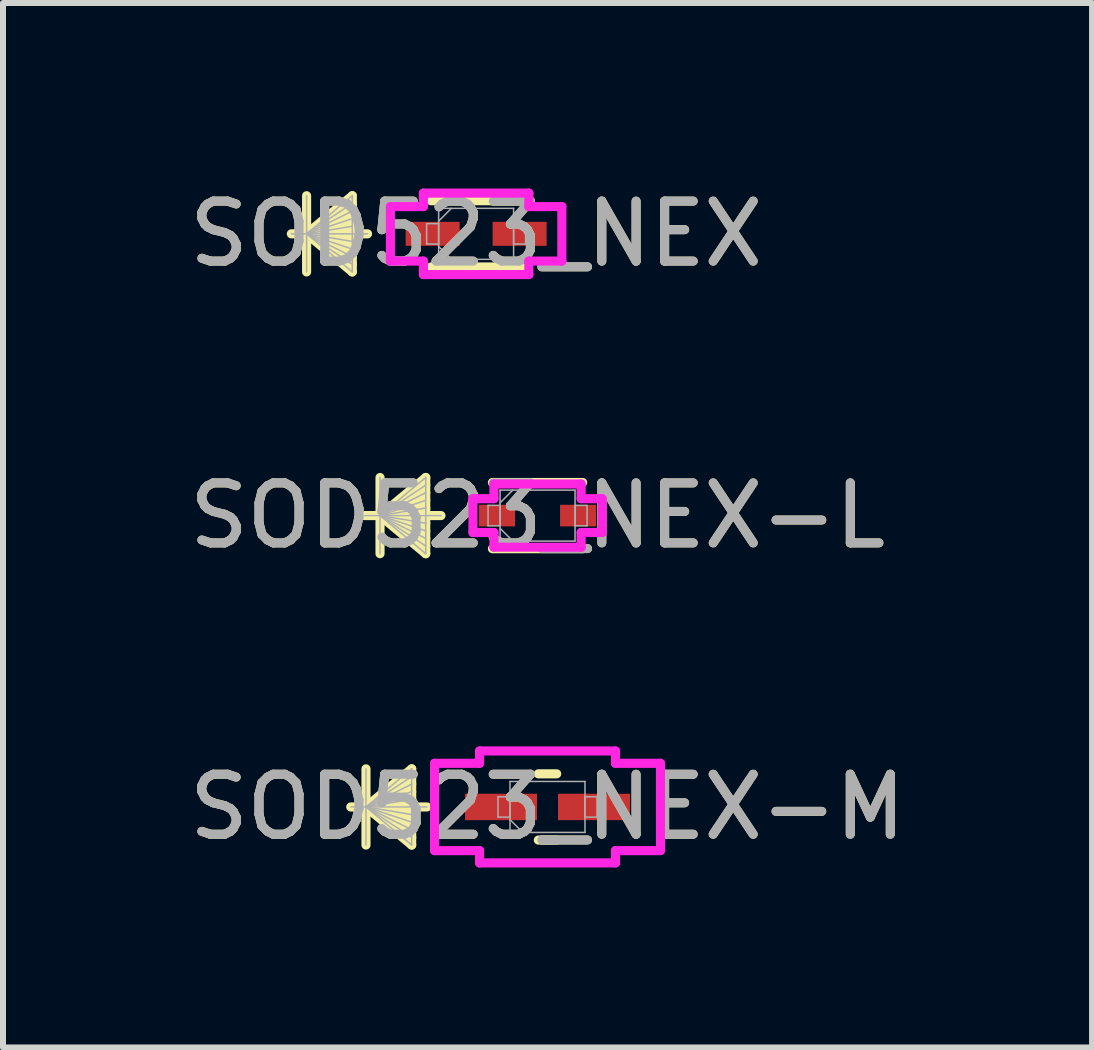
<source format=kicad_pcb>
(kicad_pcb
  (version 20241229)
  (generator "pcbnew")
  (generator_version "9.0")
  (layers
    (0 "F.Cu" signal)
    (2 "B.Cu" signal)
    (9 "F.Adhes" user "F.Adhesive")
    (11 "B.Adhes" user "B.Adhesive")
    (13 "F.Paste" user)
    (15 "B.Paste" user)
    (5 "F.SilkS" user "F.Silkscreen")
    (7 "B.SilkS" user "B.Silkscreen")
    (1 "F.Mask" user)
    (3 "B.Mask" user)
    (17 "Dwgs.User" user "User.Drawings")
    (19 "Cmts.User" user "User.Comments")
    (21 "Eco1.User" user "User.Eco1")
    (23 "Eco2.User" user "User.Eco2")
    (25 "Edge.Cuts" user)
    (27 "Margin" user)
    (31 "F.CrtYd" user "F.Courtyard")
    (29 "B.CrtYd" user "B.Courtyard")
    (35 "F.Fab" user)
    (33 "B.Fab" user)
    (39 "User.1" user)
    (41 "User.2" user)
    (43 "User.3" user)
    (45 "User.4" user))
  (footprint "SOD523_NEX-L"
    (layer "F.Cu")
    (at 5.911 5.545)
    (property "Reference" "SOD523_NEX-L" (at 0 0 0) (unlocked yes) (layer "F.SilkS") (effects (font (size 1 1) (thickness 0.15))))
    (attr smd)
    (fp_line (start -2.626 -0.635) (end -2.626 0.635) (stroke (width 0.152) (type solid)) (layer "F.SilkS"))
    (fp_line (start -2.626 0) (end -1.864 -0.635) (stroke (width 0.152) (type solid)) (layer "F.SilkS"))
    (fp_line (start -2.626 0) (end -1.864 -0.508) (stroke (width 0.152) (type solid)) (layer "F.SilkS"))
    (fp_line (start -2.626 0) (end -1.864 -0.381) (stroke (width 0.152) (type solid)) (layer "F.SilkS"))
    (fp_line (start -2.626 0) (end -1.864 -0.254) (stroke (width 0.152) (type solid)) (layer "F.SilkS"))
    (fp_line (start -2.626 0) (end -1.864 -0.127) (stroke (width 0.152) (type solid)) (layer "F.SilkS"))
    (fp_line (start -2.626 0) (end -1.864 0.127) (stroke (width 0.152) (type solid)) (layer "F.SilkS"))
    (fp_line (start -2.626 0) (end -1.864 0.254) (stroke (width 0.152) (type solid)) (layer "F.SilkS"))
    (fp_line (start -2.626 0) (end -1.864 0.381) (stroke (width 0.152) (type solid)) (layer "F.SilkS"))
    (fp_line (start -2.626 0) (end -1.864 0.508) (stroke (width 0.152) (type solid)) (layer "F.SilkS"))
    (fp_line (start -2.626 0) (end -1.864 0.635) (stroke (width 0.152) (type solid)) (layer "F.SilkS"))
    (fp_line (start -1.864 -0.635) (end -1.864 0.635) (stroke (width 0.152) (type solid)) (layer "F.SilkS"))
    (fp_line (start -1.61 0) (end -2.88 0) (stroke (width 0.152) (type solid)) (layer "F.SilkS"))
    (fp_line (start -0.752 0.552) (end 0.752 0.552) (stroke (width 0.152) (type solid)) (layer "F.SilkS"))
    (fp_line (start 0.752 -0.552) (end -0.752 -0.552) (stroke (width 0.152) (type solid)) (layer "F.SilkS"))
    (fp_line (start -1.077 -0.282) (end -0.727 -0.282) (stroke (width 0.152) (type solid)) (layer "F.CrtYd"))
    (fp_line (start -1.077 0.282) (end -1.077 -0.282) (stroke (width 0.152) (type solid)) (layer "F.CrtYd"))
    (fp_line (start -0.727 -0.527) (end 0.727 -0.527) (stroke (width 0.152) (type solid)) (layer "F.CrtYd"))
    (fp_line (start -0.727 -0.282) (end -0.727 -0.527) (stroke (width 0.152) (type solid)) (layer "F.CrtYd"))
    (fp_line (start -0.727 0.282) (end -1.077 0.282) (stroke (width 0.152) (type solid)) (layer "F.CrtYd"))
    (fp_line (start -0.727 0.527) (end -0.727 0.282) (stroke (width 0.152) (type solid)) (layer "F.CrtYd"))
    (fp_line (start 0.727 -0.527) (end 0.727 -0.282) (stroke (width 0.152) (type solid)) (layer "F.CrtYd"))
    (fp_line (start 0.727 -0.282) (end 1.077 -0.282) (stroke (width 0.152) (type solid)) (layer "F.CrtYd"))
    (fp_line (start 0.727 0.282) (end 0.727 0.527) (stroke (width 0.152) (type solid)) (layer "F.CrtYd"))
    (fp_line (start 0.727 0.527) (end -0.727 0.527) (stroke (width 0.152) (type solid)) (layer "F.CrtYd"))
    (fp_line (start 1.077 -0.282) (end 1.077 0.282) (stroke (width 0.152) (type solid)) (layer "F.CrtYd"))
    (fp_line (start 1.077 0.282) (end 0.727 0.282) (stroke (width 0.152) (type solid)) (layer "F.CrtYd"))
    (fp_line (start -2.626 -0.635) (end -2.626 0.635) (stroke (width 0.025) (type solid)) (layer "F.Fab"))
    (fp_line (start -2.626 0) (end -1.864 -0.635) (stroke (width 0.025) (type solid)) (layer "F.Fab"))
    (fp_line (start -2.626 0) (end -1.864 -0.508) (stroke (width 0.025) (type solid)) (layer "F.Fab"))
    (fp_line (start -2.626 0) (end -1.864 -0.381) (stroke (width 0.025) (type solid)) (layer "F.Fab"))
    (fp_line (start -2.626 0) (end -1.864 -0.254) (stroke (width 0.025) (type solid)) (layer "F.Fab"))
    (fp_line (start -2.626 0) (end -1.864 -0.127) (stroke (width 0.025) (type solid)) (layer "F.Fab"))
    (fp_line (start -2.626 0) (end -1.864 0.127) (stroke (width 0.025) (type solid)) (layer "F.Fab"))
    (fp_line (start -2.626 0) (end -1.864 0.254) (stroke (width 0.025) (type solid)) (layer "F.Fab"))
    (fp_line (start -2.626 0) (end -1.864 0.381) (stroke (width 0.025) (type solid)) (layer "F.Fab"))
    (fp_line (start -2.626 0) (end -1.864 0.508) (stroke (width 0.025) (type solid)) (layer "F.Fab"))
    (fp_line (start -2.626 0) (end -1.864 0.635) (stroke (width 0.025) (type solid)) (layer "F.Fab"))
    (fp_line (start -1.864 -0.635) (end -1.864 0.635) (stroke (width 0.025) (type solid)) (layer "F.Fab"))
    (fp_line (start -1.61 0) (end -2.88 0) (stroke (width 0.025) (type solid)) (layer "F.Fab"))
    (fp_line (start -0.825 -0.17) (end -0.825 0.17) (stroke (width 0.025) (type solid)) (layer "F.Fab"))
    (fp_line (start -0.825 0.17) (end -0.625 0.17) (stroke (width 0.025) (type solid)) (layer "F.Fab"))
    (fp_line (start -0.625 -0.425) (end -0.625 0.425) (stroke (width 0.025) (type solid)) (layer "F.Fab"))
    (fp_line (start -0.625 -0.212) (end -0.412 -0.425) (stroke (width 0.025) (type solid)) (layer "F.Fab"))
    (fp_line (start -0.625 -0.17) (end -0.825 -0.17) (stroke (width 0.025) (type solid)) (layer "F.Fab"))
    (fp_line (start -0.625 0.17) (end -0.625 -0.17) (stroke (width 0.025) (type solid)) (layer "F.Fab"))
    (fp_line (start -0.625 0.212) (end -0.412 0.425) (stroke (width 0.025) (type solid)) (layer "F.Fab"))
    (fp_line (start -0.625 0.425) (end 0.625 0.425) (stroke (width 0.025) (type solid)) (layer "F.Fab"))
    (fp_line (start 0.625 -0.425) (end -0.625 -0.425) (stroke (width 0.025) (type solid)) (layer "F.Fab"))
    (fp_line (start 0.625 -0.17) (end 0.625 0.17) (stroke (width 0.025) (type solid)) (layer "F.Fab"))
    (fp_line (start 0.625 0.17) (end 0.825 0.17) (stroke (width 0.025) (type solid)) (layer "F.Fab"))
    (fp_line (start 0.625 0.425) (end 0.625 -0.425) (stroke (width 0.025) (type solid)) (layer "F.Fab"))
    (fp_line (start 0.825 -0.17) (end 0.625 -0.17) (stroke (width 0.025) (type solid)) (layer "F.Fab"))
    (fp_line (start 0.825 0.17) (end 0.825 -0.17) (stroke (width 0.025) (type solid)) (layer "F.Fab"))
    (fp_text user "${REFERENCE}" (at 0 0 0) (unlocked yes) (layer "F.Fab") (effects (font (size 1 1) (thickness 0.15))))
    (pad "1" smd rect (at -0.675 0) (size 0.6 0.36) (layers "F.Cu" "F.Mask" "F.Paste"))
    (pad "2" smd rect (at 0.675 0) (size 0.6 0.36) (layers "F.Cu" "F.Mask" "F.Paste")))
  (footprint "SOD523_NEX-M"
    (layer "F.Cu")
    (at 6.077 10.402)
    (property "Reference" "SOD523_NEX-M" (at 0 0 0) (unlocked yes) (layer "F.SilkS") (effects (font (size 1 1) (thickness 0.15))))
    (attr smd)
    (fp_line (start -3.026 -0.635) (end -3.026 0.635) (stroke (width 0.152) (type solid)) (layer "F.SilkS"))
    (fp_line (start -3.026 0) (end -2.264 -0.635) (stroke (width 0.152) (type solid)) (layer "F.SilkS"))
    (fp_line (start -3.026 0) (end -2.264 -0.508) (stroke (width 0.152) (type solid)) (layer "F.SilkS"))
    (fp_line (start -3.026 0) (end -2.264 -0.381) (stroke (width 0.152) (type solid)) (layer "F.SilkS"))
    (fp_line (start -3.026 0) (end -2.264 -0.254) (stroke (width 0.152) (type solid)) (layer "F.SilkS"))
    (fp_line (start -3.026 0) (end -2.264 -0.127) (stroke (width 0.152) (type solid)) (layer "F.SilkS"))
    (fp_line (start -3.026 0) (end -2.264 0.127) (stroke (width 0.152) (type solid)) (layer "F.SilkS"))
    (fp_line (start -3.026 0) (end -2.264 0.254) (stroke (width 0.152) (type solid)) (layer "F.SilkS"))
    (fp_line (start -3.026 0) (end -2.264 0.381) (stroke (width 0.152) (type solid)) (layer "F.SilkS"))
    (fp_line (start -3.026 0) (end -2.264 0.508) (stroke (width 0.152) (type solid)) (layer "F.SilkS"))
    (fp_line (start -3.026 0) (end -2.264 0.635) (stroke (width 0.152) (type solid)) (layer "F.SilkS"))
    (fp_line (start -2.264 -0.635) (end -2.264 0.635) (stroke (width 0.152) (type solid)) (layer "F.SilkS"))
    (fp_line (start -2.01 0) (end -3.28 0) (stroke (width 0.152) (type solid)) (layer "F.SilkS"))
    (fp_line (start -0.153 0.552) (end 0.153 0.552) (stroke (width 0.152) (type solid)) (layer "F.SilkS"))
    (fp_line (start 0.153 -0.552) (end -0.153 -0.552) (stroke (width 0.152) (type solid)) (layer "F.SilkS"))
    (fp_line (start -1.883 -0.728) (end -1.133 -0.728) (stroke (width 0.152) (type solid)) (layer "F.CrtYd"))
    (fp_line (start -1.883 0.728) (end -1.883 -0.728) (stroke (width 0.152) (type solid)) (layer "F.CrtYd"))
    (fp_line (start -1.133 -0.933) (end 1.133 -0.933) (stroke (width 0.152) (type solid)) (layer "F.CrtYd"))
    (fp_line (start -1.133 -0.728) (end -1.133 -0.933) (stroke (width 0.152) (type solid)) (layer "F.CrtYd"))
    (fp_line (start -1.133 0.728) (end -1.883 0.728) (stroke (width 0.152) (type solid)) (layer "F.CrtYd"))
    (fp_line (start -1.133 0.933) (end -1.133 0.728) (stroke (width 0.152) (type solid)) (layer "F.CrtYd"))
    (fp_line (start 1.133 -0.933) (end 1.133 -0.728) (stroke (width 0.152) (type solid)) (layer "F.CrtYd"))
    (fp_line (start 1.133 -0.728) (end 1.883 -0.728) (stroke (width 0.152) (type solid)) (layer "F.CrtYd"))
    (fp_line (start 1.133 0.728) (end 1.133 0.933) (stroke (width 0.152) (type solid)) (layer "F.CrtYd"))
    (fp_line (start 1.133 0.933) (end -1.133 0.933) (stroke (width 0.152) (type solid)) (layer "F.CrtYd"))
    (fp_line (start 1.883 -0.728) (end 1.883 0.728) (stroke (width 0.152) (type solid)) (layer "F.CrtYd"))
    (fp_line (start 1.883 0.728) (end 1.133 0.728) (stroke (width 0.152) (type solid)) (layer "F.CrtYd"))
    (fp_line (start -3.026 -0.635) (end -3.026 0.635) (stroke (width 0.025) (type solid)) (layer "F.Fab"))
    (fp_line (start -3.026 0) (end -2.264 -0.635) (stroke (width 0.025) (type solid)) (layer "F.Fab"))
    (fp_line (start -3.026 0) (end -2.264 -0.508) (stroke (width 0.025) (type solid)) (layer "F.Fab"))
    (fp_line (start -3.026 0) (end -2.264 -0.381) (stroke (width 0.025) (type solid)) (layer "F.Fab"))
    (fp_line (start -3.026 0) (end -2.264 -0.254) (stroke (width 0.025) (type solid)) (layer "F.Fab"))
    (fp_line (start -3.026 0) (end -2.264 -0.127) (stroke (width 0.025) (type solid)) (layer "F.Fab"))
    (fp_line (start -3.026 0) (end -2.264 0.127) (stroke (width 0.025) (type solid)) (layer "F.Fab"))
    (fp_line (start -3.026 0) (end -2.264 0.254) (stroke (width 0.025) (type solid)) (layer "F.Fab"))
    (fp_line (start -3.026 0) (end -2.264 0.381) (stroke (width 0.025) (type solid)) (layer "F.Fab"))
    (fp_line (start -3.026 0) (end -2.264 0.508) (stroke (width 0.025) (type solid)) (layer "F.Fab"))
    (fp_line (start -3.026 0) (end -2.264 0.635) (stroke (width 0.025) (type solid)) (layer "F.Fab"))
    (fp_line (start -2.264 -0.635) (end -2.264 0.635) (stroke (width 0.025) (type solid)) (layer "F.Fab"))
    (fp_line (start -2.01 0) (end -3.28 0) (stroke (width 0.025) (type solid)) (layer "F.Fab"))
    (fp_line (start -0.825 -0.17) (end -0.825 0.17) (stroke (width 0.025) (type solid)) (layer "F.Fab"))
    (fp_line (start -0.825 0.17) (end -0.625 0.17) (stroke (width 0.025) (type solid)) (layer "F.Fab"))
    (fp_line (start -0.625 -0.425) (end -0.625 0.425) (stroke (width 0.025) (type solid)) (layer "F.Fab"))
    (fp_line (start -0.625 -0.212) (end -0.412 -0.425) (stroke (width 0.025) (type solid)) (layer "F.Fab"))
    (fp_line (start -0.625 -0.17) (end -0.825 -0.17) (stroke (width 0.025) (type solid)) (layer "F.Fab"))
    (fp_line (start -0.625 0.17) (end -0.625 -0.17) (stroke (width 0.025) (type solid)) (layer "F.Fab"))
    (fp_line (start -0.625 0.212) (end -0.412 0.425) (stroke (width 0.025) (type solid)) (layer "F.Fab"))
    (fp_line (start -0.625 0.425) (end 0.625 0.425) (stroke (width 0.025) (type solid)) (layer "F.Fab"))
    (fp_line (start 0.625 -0.425) (end -0.625 -0.425) (stroke (width 0.025) (type solid)) (layer "F.Fab"))
    (fp_line (start 0.625 -0.17) (end 0.625 0.17) (stroke (width 0.025) (type solid)) (layer "F.Fab"))
    (fp_line (start 0.625 0.17) (end 0.825 0.17) (stroke (width 0.025) (type solid)) (layer "F.Fab"))
    (fp_line (start 0.625 0.425) (end 0.625 -0.425) (stroke (width 0.025) (type solid)) (layer "F.Fab"))
    (fp_line (start 0.825 -0.17) (end 0.625 -0.17) (stroke (width 0.025) (type solid)) (layer "F.Fab"))
    (fp_line (start 0.825 0.17) (end 0.825 -0.17) (stroke (width 0.025) (type solid)) (layer "F.Fab"))
    (fp_text user "${REFERENCE}" (at 0 0 0) (unlocked yes) (layer "F.Fab") (effects (font (size 1 1) (thickness 0.15))))
    (pad "1" smd rect (at -0.775 0) (size 1.2 0.44) (layers "F.Cu" "F.Mask" "F.Paste"))
    (pad "2" smd rect (at 0.775 0) (size 1.2 0.44) (layers "F.Cu" "F.Mask" "F.Paste")))
  (footprint "SOD523_NEX"
    (layer "F.Cu")
    (at 4.887 0.848)
    (property "Reference" "SOD523_NEX" (at 0 0 0) (unlocked yes) (layer "F.SilkS") (effects (font (size 1 1) (thickness 0.15))))
    (attr smd)
    (fp_line (start -2.826 -0.635) (end -2.826 0.635) (stroke (width 0.152) (type solid)) (layer "F.SilkS"))
    (fp_line (start -2.826 0) (end -2.064 -0.635) (stroke (width 0.152) (type solid)) (layer "F.SilkS"))
    (fp_line (start -2.826 0) (end -2.064 -0.508) (stroke (width 0.152) (type solid)) (layer "F.SilkS"))
    (fp_line (start -2.826 0) (end -2.064 -0.381) (stroke (width 0.152) (type solid)) (layer "F.SilkS"))
    (fp_line (start -2.826 0) (end -2.064 -0.254) (stroke (width 0.152) (type solid)) (layer "F.SilkS"))
    (fp_line (start -2.826 0) (end -2.064 -0.127) (stroke (width 0.152) (type solid)) (layer "F.SilkS"))
    (fp_line (start -2.826 0) (end -2.064 0.127) (stroke (width 0.152) (type solid)) (layer "F.SilkS"))
    (fp_line (start -2.826 0) (end -2.064 0.254) (stroke (width 0.152) (type solid)) (layer "F.SilkS"))
    (fp_line (start -2.826 0) (end -2.064 0.381) (stroke (width 0.152) (type solid)) (layer "F.SilkS"))
    (fp_line (start -2.826 0) (end -2.064 0.508) (stroke (width 0.152) (type solid)) (layer "F.SilkS"))
    (fp_line (start -2.826 0) (end -2.064 0.635) (stroke (width 0.152) (type solid)) (layer "F.SilkS"))
    (fp_line (start -2.064 -0.635) (end -2.064 0.635) (stroke (width 0.152) (type solid)) (layer "F.SilkS"))
    (fp_line (start -1.81 0) (end -3.08 0) (stroke (width 0.152) (type solid)) (layer "F.SilkS"))
    (fp_line (start -0.752 0.552) (end 0.752 0.552) (stroke (width 0.152) (type solid)) (layer "F.SilkS"))
    (fp_line (start 0.752 -0.552) (end -0.752 -0.552) (stroke (width 0.152) (type solid)) (layer "F.SilkS"))
    (fp_line (start -1.429 -0.454) (end -0.879 -0.454) (stroke (width 0.152) (type solid)) (layer "F.CrtYd"))
    (fp_line (start -1.429 0.454) (end -1.429 -0.454) (stroke (width 0.152) (type solid)) (layer "F.CrtYd"))
    (fp_line (start -0.879 -0.679) (end 0.879 -0.679) (stroke (width 0.152) (type solid)) (layer "F.CrtYd"))
    (fp_line (start -0.879 -0.454) (end -0.879 -0.679) (stroke (width 0.152) (type solid)) (layer "F.CrtYd"))
    (fp_line (start -0.879 0.454) (end -1.429 0.454) (stroke (width 0.152) (type solid)) (layer "F.CrtYd"))
    (fp_line (start -0.879 0.679) (end -0.879 0.454) (stroke (width 0.152) (type solid)) (layer "F.CrtYd"))
    (fp_line (start 0.879 -0.679) (end 0.879 -0.454) (stroke (width 0.152) (type solid)) (layer "F.CrtYd"))
    (fp_line (start 0.879 -0.454) (end 1.429 -0.454) (stroke (width 0.152) (type solid)) (layer "F.CrtYd"))
    (fp_line (start 0.879 0.454) (end 0.879 0.679) (stroke (width 0.152) (type solid)) (layer "F.CrtYd"))
    (fp_line (start 0.879 0.679) (end -0.879 0.679) (stroke (width 0.152) (type solid)) (layer "F.CrtYd"))
    (fp_line (start 1.429 -0.454) (end 1.429 0.454) (stroke (width 0.152) (type solid)) (layer "F.CrtYd"))
    (fp_line (start 1.429 0.454) (end 0.879 0.454) (stroke (width 0.152) (type solid)) (layer "F.CrtYd"))
    (fp_line (start -2.826 -0.635) (end -2.826 0.635) (stroke (width 0.025) (type solid)) (layer "F.Fab"))
    (fp_line (start -2.826 0) (end -2.064 -0.635) (stroke (width 0.025) (type solid)) (layer "F.Fab"))
    (fp_line (start -2.826 0) (end -2.064 -0.508) (stroke (width 0.025) (type solid)) (layer "F.Fab"))
    (fp_line (start -2.826 0) (end -2.064 -0.381) (stroke (width 0.025) (type solid)) (layer "F.Fab"))
    (fp_line (start -2.826 0) (end -2.064 -0.254) (stroke (width 0.025) (type solid)) (layer "F.Fab"))
    (fp_line (start -2.826 0) (end -2.064 -0.127) (stroke (width 0.025) (type solid)) (layer "F.Fab"))
    (fp_line (start -2.826 0) (end -2.064 0.127) (stroke (width 0.025) (type solid)) (layer "F.Fab"))
    (fp_line (start -2.826 0) (end -2.064 0.254) (stroke (width 0.025) (type solid)) (layer "F.Fab"))
    (fp_line (start -2.826 0) (end -2.064 0.381) (stroke (width 0.025) (type solid)) (layer "F.Fab"))
    (fp_line (start -2.826 0) (end -2.064 0.508) (stroke (width 0.025) (type solid)) (layer "F.Fab"))
    (fp_line (start -2.826 0) (end -2.064 0.635) (stroke (width 0.025) (type solid)) (layer "F.Fab"))
    (fp_line (start -2.064 -0.635) (end -2.064 0.635) (stroke (width 0.025) (type solid)) (layer "F.Fab"))
    (fp_line (start -1.81 0) (end -3.08 0) (stroke (width 0.025) (type solid)) (layer "F.Fab"))
    (fp_line (start -0.825 -0.17) (end -0.825 0.17) (stroke (width 0.025) (type solid)) (layer "F.Fab"))
    (fp_line (start -0.825 0.17) (end -0.625 0.17) (stroke (width 0.025) (type solid)) (layer "F.Fab"))
    (fp_line (start -0.625 -0.425) (end -0.625 0.425) (stroke (width 0.025) (type solid)) (layer "F.Fab"))
    (fp_line (start -0.625 -0.212) (end -0.412 -0.425) (stroke (width 0.025) (type solid)) (layer "F.Fab"))
    (fp_line (start -0.625 -0.17) (end -0.825 -0.17) (stroke (width 0.025) (type solid)) (layer "F.Fab"))
    (fp_line (start -0.625 0.17) (end -0.625 -0.17) (stroke (width 0.025) (type solid)) (layer "F.Fab"))
    (fp_line (start -0.625 0.212) (end -0.412 0.425) (stroke (width 0.025) (type solid)) (layer "F.Fab"))
    (fp_line (start -0.625 0.425) (end 0.625 0.425) (stroke (width 0.025) (type solid)) (layer "F.Fab"))
    (fp_line (start 0.625 -0.425) (end -0.625 -0.425) (stroke (width 0.025) (type solid)) (layer "F.Fab"))
    (fp_line (start 0.625 -0.17) (end 0.625 0.17) (stroke (width 0.025) (type solid)) (layer "F.Fab"))
    (fp_line (start 0.625 0.17) (end 0.825 0.17) (stroke (width 0.025) (type solid)) (layer "F.Fab"))
    (fp_line (start 0.625 0.425) (end 0.625 -0.425) (stroke (width 0.025) (type solid)) (layer "F.Fab"))
    (fp_line (start 0.825 -0.17) (end 0.625 -0.17) (stroke (width 0.025) (type solid)) (layer "F.Fab"))
    (fp_line (start 0.825 0.17) (end 0.825 -0.17) (stroke (width 0.025) (type solid)) (layer "F.Fab"))
    (fp_text user "${REFERENCE}" (at 0 0 0) (unlocked yes) (layer "F.Fab") (effects (font (size 1 1) (thickness 0.15))))
    (pad "1" smd rect (at -0.725 0) (size 0.9 0.4) (layers "F.Cu" "F.Mask" "F.Paste"))
    (pad "2" smd rect (at 0.725 0) (size 0.9 0.4) (layers "F.Cu" "F.Mask" "F.Paste")))
  (gr_rect
    (start -3 -3)
    (end 15.155 14.411)
    (stroke (width 0.1) (type default))
    (fill no)
    (layer "Edge.Cuts")))
</source>
